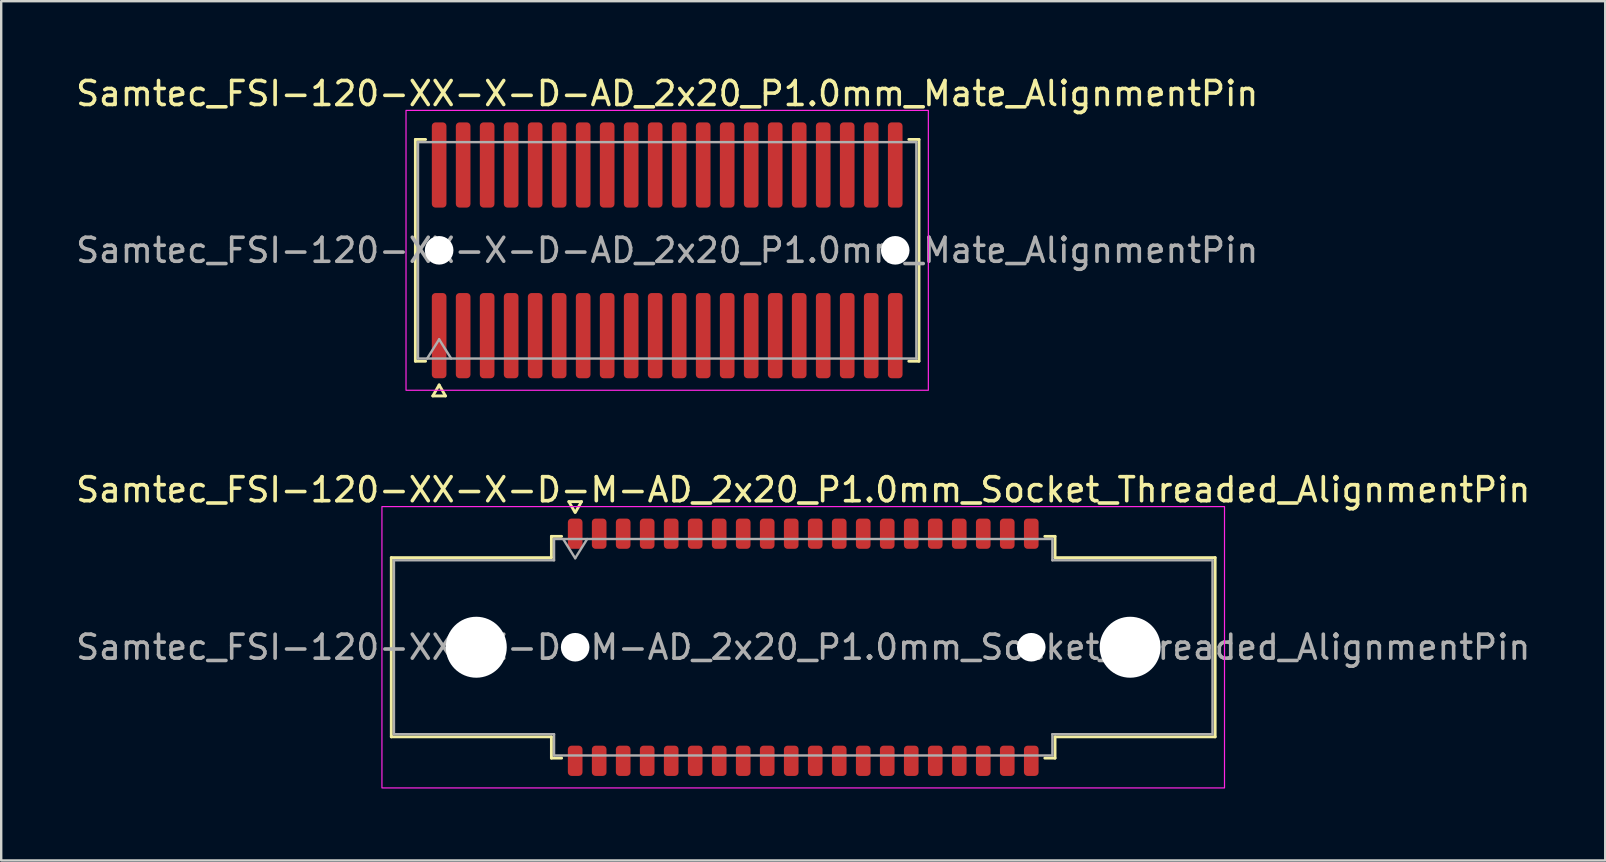
<source format=kicad_pcb>
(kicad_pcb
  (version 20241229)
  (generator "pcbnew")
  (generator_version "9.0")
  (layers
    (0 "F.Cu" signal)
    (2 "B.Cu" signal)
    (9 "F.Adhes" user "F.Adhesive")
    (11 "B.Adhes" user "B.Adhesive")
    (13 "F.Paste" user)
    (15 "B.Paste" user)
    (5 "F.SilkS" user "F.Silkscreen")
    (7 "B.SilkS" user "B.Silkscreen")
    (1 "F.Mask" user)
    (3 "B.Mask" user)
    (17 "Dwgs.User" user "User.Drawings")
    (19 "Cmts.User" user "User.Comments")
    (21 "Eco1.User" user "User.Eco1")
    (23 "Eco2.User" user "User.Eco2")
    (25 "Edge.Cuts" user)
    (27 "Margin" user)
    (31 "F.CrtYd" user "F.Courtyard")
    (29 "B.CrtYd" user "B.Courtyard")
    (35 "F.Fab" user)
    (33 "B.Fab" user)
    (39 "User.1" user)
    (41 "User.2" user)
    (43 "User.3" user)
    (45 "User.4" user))
  (footprint "Samtec_FSI-120-XX-X-D-M-AD_2x20_P1.0mm_Socket_Threaded_AlignmentPin"
    (layer "F.Cu")
    (at 30.411 23.913)
    (property "Reference" "Samtec_FSI-120-XX-X-D-M-AD_2x20_P1.0mm_Socket_Threaded_AlignmentPin" (at 0 -6.56 0) (layer "F.SilkS") (effects (font (size 1 1) (thickness 0.15))))
    (attr smd)
    (fp_line (start -17.16 -3.733) (end -10.49 -3.733) (stroke (width 0.12) (type solid)) (layer "F.SilkS"))
    (fp_line (start -17.16 3.733) (end -17.16 -3.733) (stroke (width 0.12) (type solid)) (layer "F.SilkS"))
    (fp_line (start -10.49 -4.619) (end -10.065 -4.619) (stroke (width 0.12) (type solid)) (layer "F.SilkS"))
    (fp_line (start -10.49 -3.733) (end -10.49 -4.619) (stroke (width 0.12) (type solid)) (layer "F.SilkS"))
    (fp_line (start -10.49 3.733) (end -17.16 3.733) (stroke (width 0.12) (type solid)) (layer "F.SilkS"))
    (fp_line (start -10.49 4.619) (end -10.49 3.733) (stroke (width 0.12) (type solid)) (layer "F.SilkS"))
    (fp_line (start -10.065 4.619) (end -10.49 4.619) (stroke (width 0.12) (type solid)) (layer "F.SilkS"))
    (fp_line (start -9.764 -6.066) (end -9.507 -5.62) (stroke (width 0.12) (type solid)) (layer "F.SilkS"))
    (fp_line (start -9.493 -5.62) (end -9.236 -6.066) (stroke (width 0.12) (type solid)) (layer "F.SilkS"))
    (fp_line (start -9.236 -6.066) (end -9.764 -6.066) (stroke (width 0.12) (type solid)) (layer "F.SilkS"))
    (fp_line (start 10.065 -4.619) (end 10.49 -4.619) (stroke (width 0.12) (type solid)) (layer "F.SilkS"))
    (fp_line (start 10.49 -4.619) (end 10.49 -3.733) (stroke (width 0.12) (type solid)) (layer "F.SilkS"))
    (fp_line (start 10.49 -3.733) (end 17.16 -3.733) (stroke (width 0.12) (type solid)) (layer "F.SilkS"))
    (fp_line (start 10.49 3.733) (end 10.49 4.619) (stroke (width 0.12) (type solid)) (layer "F.SilkS"))
    (fp_line (start 10.49 4.619) (end 10.065 4.619) (stroke (width 0.12) (type solid)) (layer "F.SilkS"))
    (fp_line (start 17.16 -3.733) (end 17.16 3.733) (stroke (width 0.12) (type solid)) (layer "F.SilkS"))
    (fp_line (start 17.16 3.733) (end 10.49 3.733) (stroke (width 0.12) (type solid)) (layer "F.SilkS"))
    (fp_rect (start -17.55 -5.86) (end 17.55 5.86) (stroke (width 0.05) (type solid)) (fill no) (layer "F.CrtYd"))
    (fp_line (start -17.05 -3.623) (end -10.38 -3.623) (stroke (width 0.1) (type solid)) (layer "F.Fab"))
    (fp_line (start -17.05 3.623) (end -17.05 -3.623) (stroke (width 0.1) (type solid)) (layer "F.Fab"))
    (fp_line (start -10.38 -4.508) (end 10.38 -4.508) (stroke (width 0.1) (type solid)) (layer "F.Fab"))
    (fp_line (start -10.38 -3.623) (end -10.38 -4.508) (stroke (width 0.1) (type solid)) (layer "F.Fab"))
    (fp_line (start -10.38 3.623) (end -17.05 3.623) (stroke (width 0.1) (type solid)) (layer "F.Fab"))
    (fp_line (start -10.38 4.508) (end -10.38 3.623) (stroke (width 0.1) (type solid)) (layer "F.Fab"))
    (fp_line (start -10 -4.508) (end -9.5 -3.708) (stroke (width 0.1) (type solid)) (layer "F.Fab"))
    (fp_line (start -9.5 -3.708) (end -9 -4.508) (stroke (width 0.1) (type solid)) (layer "F.Fab"))
    (fp_line (start 10.38 -4.508) (end 10.38 -3.623) (stroke (width 0.1) (type solid)) (layer "F.Fab"))
    (fp_line (start 10.38 -3.623) (end 17.05 -3.623) (stroke (width 0.1) (type solid)) (layer "F.Fab"))
    (fp_line (start 10.38 3.623) (end 10.38 4.508) (stroke (width 0.1) (type solid)) (layer "F.Fab"))
    (fp_line (start 10.38 4.508) (end -10.38 4.508) (stroke (width 0.1) (type solid)) (layer "F.Fab"))
    (fp_line (start 17.05 -3.623) (end 17.05 3.623) (stroke (width 0.1) (type solid)) (layer "F.Fab"))
    (fp_line (start 17.05 3.623) (end 10.38 3.623) (stroke (width 0.1) (type solid)) (layer "F.Fab"))
    (fp_text user "${REFERENCE}" (at 0 0 0) (layer "F.Fab") (effects (font (size 1 1) (thickness 0.15))))
    (pad "" np_thru_hole circle (at -13.62 0) (size 2.54 2.54) (drill 2.54) (layers "*.Cu" "*.Mask"))
    (pad "" np_thru_hole circle (at -9.5 0) (size 1.19 1.19) (drill 1.19) (layers "*.Cu" "*.Mask"))
    (pad "" np_thru_hole circle (at 9.5 0) (size 1.19 1.19) (drill 1.19) (layers "*.Cu" "*.Mask"))
    (pad "" np_thru_hole circle (at 13.62 0) (size 2.54 2.54) (drill 2.54) (layers "*.Cu" "*.Mask"))
    (pad "1" smd roundrect (at -9.5 -4.73) (size 0.61 1.26) (layers "F.Cu" "F.Mask" "F.Paste") (roundrect_rratio 0.25))
    (pad "2" smd roundrect (at -9.5 4.73) (size 0.61 1.26) (layers "F.Cu" "F.Mask" "F.Paste") (roundrect_rratio 0.25))
    (pad "3" smd roundrect (at -8.5 -4.73) (size 0.61 1.26) (layers "F.Cu" "F.Mask" "F.Paste") (roundrect_rratio 0.25))
    (pad "4" smd roundrect (at -8.5 4.73) (size 0.61 1.26) (layers "F.Cu" "F.Mask" "F.Paste") (roundrect_rratio 0.25))
    (pad "5" smd roundrect (at -7.5 -4.73) (size 0.61 1.26) (layers "F.Cu" "F.Mask" "F.Paste") (roundrect_rratio 0.25))
    (pad "6" smd roundrect (at -7.5 4.73) (size 0.61 1.26) (layers "F.Cu" "F.Mask" "F.Paste") (roundrect_rratio 0.25))
    (pad "7" smd roundrect (at -6.5 -4.73) (size 0.61 1.26) (layers "F.Cu" "F.Mask" "F.Paste") (roundrect_rratio 0.25))
    (pad "8" smd roundrect (at -6.5 4.73) (size 0.61 1.26) (layers "F.Cu" "F.Mask" "F.Paste") (roundrect_rratio 0.25))
    (pad "9" smd roundrect (at -5.5 -4.73) (size 0.61 1.26) (layers "F.Cu" "F.Mask" "F.Paste") (roundrect_rratio 0.25))
    (pad "10" smd roundrect (at -5.5 4.73) (size 0.61 1.26) (layers "F.Cu" "F.Mask" "F.Paste") (roundrect_rratio 0.25))
    (pad "11" smd roundrect (at -4.5 -4.73) (size 0.61 1.26) (layers "F.Cu" "F.Mask" "F.Paste") (roundrect_rratio 0.25))
    (pad "12" smd roundrect (at -4.5 4.73) (size 0.61 1.26) (layers "F.Cu" "F.Mask" "F.Paste") (roundrect_rratio 0.25))
    (pad "13" smd roundrect (at -3.5 -4.73) (size 0.61 1.26) (layers "F.Cu" "F.Mask" "F.Paste") (roundrect_rratio 0.25))
    (pad "14" smd roundrect (at -3.5 4.73) (size 0.61 1.26) (layers "F.Cu" "F.Mask" "F.Paste") (roundrect_rratio 0.25))
    (pad "15" smd roundrect (at -2.5 -4.73) (size 0.61 1.26) (layers "F.Cu" "F.Mask" "F.Paste") (roundrect_rratio 0.25))
    (pad "16" smd roundrect (at -2.5 4.73) (size 0.61 1.26) (layers "F.Cu" "F.Mask" "F.Paste") (roundrect_rratio 0.25))
    (pad "17" smd roundrect (at -1.5 -4.73) (size 0.61 1.26) (layers "F.Cu" "F.Mask" "F.Paste") (roundrect_rratio 0.25))
    (pad "18" smd roundrect (at -1.5 4.73) (size 0.61 1.26) (layers "F.Cu" "F.Mask" "F.Paste") (roundrect_rratio 0.25))
    (pad "19" smd roundrect (at -0.5 -4.73) (size 0.61 1.26) (layers "F.Cu" "F.Mask" "F.Paste") (roundrect_rratio 0.25))
    (pad "20" smd roundrect (at -0.5 4.73) (size 0.61 1.26) (layers "F.Cu" "F.Mask" "F.Paste") (roundrect_rratio 0.25))
    (pad "21" smd roundrect (at 0.5 -4.73) (size 0.61 1.26) (layers "F.Cu" "F.Mask" "F.Paste") (roundrect_rratio 0.25))
    (pad "22" smd roundrect (at 0.5 4.73) (size 0.61 1.26) (layers "F.Cu" "F.Mask" "F.Paste") (roundrect_rratio 0.25))
    (pad "23" smd roundrect (at 1.5 -4.73) (size 0.61 1.26) (layers "F.Cu" "F.Mask" "F.Paste") (roundrect_rratio 0.25))
    (pad "24" smd roundrect (at 1.5 4.73) (size 0.61 1.26) (layers "F.Cu" "F.Mask" "F.Paste") (roundrect_rratio 0.25))
    (pad "25" smd roundrect (at 2.5 -4.73) (size 0.61 1.26) (layers "F.Cu" "F.Mask" "F.Paste") (roundrect_rratio 0.25))
    (pad "26" smd roundrect (at 2.5 4.73) (size 0.61 1.26) (layers "F.Cu" "F.Mask" "F.Paste") (roundrect_rratio 0.25))
    (pad "27" smd roundrect (at 3.5 -4.73) (size 0.61 1.26) (layers "F.Cu" "F.Mask" "F.Paste") (roundrect_rratio 0.25))
    (pad "28" smd roundrect (at 3.5 4.73) (size 0.61 1.26) (layers "F.Cu" "F.Mask" "F.Paste") (roundrect_rratio 0.25))
    (pad "29" smd roundrect (at 4.5 -4.73) (size 0.61 1.26) (layers "F.Cu" "F.Mask" "F.Paste") (roundrect_rratio 0.25))
    (pad "30" smd roundrect (at 4.5 4.73) (size 0.61 1.26) (layers "F.Cu" "F.Mask" "F.Paste") (roundrect_rratio 0.25))
    (pad "31" smd roundrect (at 5.5 -4.73) (size 0.61 1.26) (layers "F.Cu" "F.Mask" "F.Paste") (roundrect_rratio 0.25))
    (pad "32" smd roundrect (at 5.5 4.73) (size 0.61 1.26) (layers "F.Cu" "F.Mask" "F.Paste") (roundrect_rratio 0.25))
    (pad "33" smd roundrect (at 6.5 -4.73) (size 0.61 1.26) (layers "F.Cu" "F.Mask" "F.Paste") (roundrect_rratio 0.25))
    (pad "34" smd roundrect (at 6.5 4.73) (size 0.61 1.26) (layers "F.Cu" "F.Mask" "F.Paste") (roundrect_rratio 0.25))
    (pad "35" smd roundrect (at 7.5 -4.73) (size 0.61 1.26) (layers "F.Cu" "F.Mask" "F.Paste") (roundrect_rratio 0.25))
    (pad "36" smd roundrect (at 7.5 4.73) (size 0.61 1.26) (layers "F.Cu" "F.Mask" "F.Paste") (roundrect_rratio 0.25))
    (pad "37" smd roundrect (at 8.5 -4.73) (size 0.61 1.26) (layers "F.Cu" "F.Mask" "F.Paste") (roundrect_rratio 0.25))
    (pad "38" smd roundrect (at 8.5 4.73) (size 0.61 1.26) (layers "F.Cu" "F.Mask" "F.Paste") (roundrect_rratio 0.25))
    (pad "39" smd roundrect (at 9.5 -4.73) (size 0.61 1.26) (layers "F.Cu" "F.Mask" "F.Paste") (roundrect_rratio 0.25))
    (pad "40" smd roundrect (at 9.5 4.73) (size 0.61 1.26) (layers "F.Cu" "F.Mask" "F.Paste") (roundrect_rratio 0.25)))
  (footprint "Samtec_FSI-120-XX-X-D-AD_2x20_P1.0mm_Mate_AlignmentPin"
    (layer "F.Cu")
    (at 24.744 7.378)
    (property "Reference" "Samtec_FSI-120-XX-X-D-AD_2x20_P1.0mm_Mate_AlignmentPin" (at 0 -6.53 0) (layer "F.SilkS") (effects (font (size 1 1) (thickness 0.15))))
    (attr exclude_from_pos_files exclude_from_bom)
    (fp_line (start -10.49 -4.619) (end -10.065 -4.619) (stroke (width 0.12) (type solid)) (layer "F.SilkS"))
    (fp_line (start -10.49 4.619) (end -10.49 -4.619) (stroke (width 0.12) (type solid)) (layer "F.SilkS"))
    (fp_line (start -10.065 4.619) (end -10.49 4.619) (stroke (width 0.12) (type solid)) (layer "F.SilkS"))
    (fp_line (start -9.764 6.066) (end -9.5 5.609) (stroke (width 0.12) (type solid)) (layer "F.SilkS"))
    (fp_line (start -9.5 5.609) (end -9.236 6.066) (stroke (width 0.12) (type solid)) (layer "F.SilkS"))
    (fp_line (start -9.236 6.066) (end -9.764 6.066) (stroke (width 0.12) (type solid)) (layer "F.SilkS"))
    (fp_line (start 10.065 -4.619) (end 10.49 -4.619) (stroke (width 0.12) (type solid)) (layer "F.SilkS"))
    (fp_line (start 10.49 -4.619) (end 10.49 4.619) (stroke (width 0.12) (type solid)) (layer "F.SilkS"))
    (fp_line (start 10.49 4.619) (end 10.065 4.619) (stroke (width 0.12) (type solid)) (layer "F.SilkS"))
    (fp_rect (start -10.88 -5.83) (end 10.88 5.83) (stroke (width 0.05) (type solid)) (fill no) (layer "F.CrtYd"))
    (fp_line (start -10.38 -4.508) (end 10.38 -4.508) (stroke (width 0.1) (type solid)) (layer "F.Fab"))
    (fp_line (start -10.38 4.508) (end -10.38 -4.508) (stroke (width 0.1) (type solid)) (layer "F.Fab"))
    (fp_line (start -10 4.508) (end -9.5 3.708) (stroke (width 0.1) (type solid)) (layer "F.Fab"))
    (fp_line (start -9.5 3.708) (end -9 4.508) (stroke (width 0.1) (type solid)) (layer "F.Fab"))
    (fp_line (start 10.38 -4.508) (end 10.38 4.508) (stroke (width 0.1) (type solid)) (layer "F.Fab"))
    (fp_line (start 10.38 4.508) (end -10.38 4.508) (stroke (width 0.1) (type solid)) (layer "F.Fab"))
    (fp_text user "${REFERENCE}" (at 0 0 0) (layer "F.Fab") (effects (font (size 1 1) (thickness 0.15))))
    (pad "" np_thru_hole circle (at -9.5 0) (size 1.19 1.19) (drill 1.19) (layers "*.Cu" "*.Mask"))
    (pad "" np_thru_hole circle (at 9.5 0) (size 1.19 1.19) (drill 1.19) (layers "*.Cu" "*.Mask"))
    (pad "1" smd roundrect (at -9.5 3.555) (size 0.61 3.55) (layers "F.Cu" "F.Mask") (roundrect_rratio 0.25))
    (pad "2" smd roundrect (at -9.5 -3.555) (size 0.61 3.55) (layers "F.Cu" "F.Mask") (roundrect_rratio 0.25))
    (pad "3" smd roundrect (at -8.5 3.555) (size 0.61 3.55) (layers "F.Cu" "F.Mask") (roundrect_rratio 0.25))
    (pad "4" smd roundrect (at -8.5 -3.555) (size 0.61 3.55) (layers "F.Cu" "F.Mask") (roundrect_rratio 0.25))
    (pad "5" smd roundrect (at -7.5 3.555) (size 0.61 3.55) (layers "F.Cu" "F.Mask") (roundrect_rratio 0.25))
    (pad "6" smd roundrect (at -7.5 -3.555) (size 0.61 3.55) (layers "F.Cu" "F.Mask") (roundrect_rratio 0.25))
    (pad "7" smd roundrect (at -6.5 3.555) (size 0.61 3.55) (layers "F.Cu" "F.Mask") (roundrect_rratio 0.25))
    (pad "8" smd roundrect (at -6.5 -3.555) (size 0.61 3.55) (layers "F.Cu" "F.Mask") (roundrect_rratio 0.25))
    (pad "9" smd roundrect (at -5.5 3.555) (size 0.61 3.55) (layers "F.Cu" "F.Mask") (roundrect_rratio 0.25))
    (pad "10" smd roundrect (at -5.5 -3.555) (size 0.61 3.55) (layers "F.Cu" "F.Mask") (roundrect_rratio 0.25))
    (pad "11" smd roundrect (at -4.5 3.555) (size 0.61 3.55) (layers "F.Cu" "F.Mask") (roundrect_rratio 0.25))
    (pad "12" smd roundrect (at -4.5 -3.555) (size 0.61 3.55) (layers "F.Cu" "F.Mask") (roundrect_rratio 0.25))
    (pad "13" smd roundrect (at -3.5 3.555) (size 0.61 3.55) (layers "F.Cu" "F.Mask") (roundrect_rratio 0.25))
    (pad "14" smd roundrect (at -3.5 -3.555) (size 0.61 3.55) (layers "F.Cu" "F.Mask") (roundrect_rratio 0.25))
    (pad "15" smd roundrect (at -2.5 3.555) (size 0.61 3.55) (layers "F.Cu" "F.Mask") (roundrect_rratio 0.25))
    (pad "16" smd roundrect (at -2.5 -3.555) (size 0.61 3.55) (layers "F.Cu" "F.Mask") (roundrect_rratio 0.25))
    (pad "17" smd roundrect (at -1.5 3.555) (size 0.61 3.55) (layers "F.Cu" "F.Mask") (roundrect_rratio 0.25))
    (pad "18" smd roundrect (at -1.5 -3.555) (size 0.61 3.55) (layers "F.Cu" "F.Mask") (roundrect_rratio 0.25))
    (pad "19" smd roundrect (at -0.5 3.555) (size 0.61 3.55) (layers "F.Cu" "F.Mask") (roundrect_rratio 0.25))
    (pad "20" smd roundrect (at -0.5 -3.555) (size 0.61 3.55) (layers "F.Cu" "F.Mask") (roundrect_rratio 0.25))
    (pad "21" smd roundrect (at 0.5 3.555) (size 0.61 3.55) (layers "F.Cu" "F.Mask") (roundrect_rratio 0.25))
    (pad "22" smd roundrect (at 0.5 -3.555) (size 0.61 3.55) (layers "F.Cu" "F.Mask") (roundrect_rratio 0.25))
    (pad "23" smd roundrect (at 1.5 3.555) (size 0.61 3.55) (layers "F.Cu" "F.Mask") (roundrect_rratio 0.25))
    (pad "24" smd roundrect (at 1.5 -3.555) (size 0.61 3.55) (layers "F.Cu" "F.Mask") (roundrect_rratio 0.25))
    (pad "25" smd roundrect (at 2.5 3.555) (size 0.61 3.55) (layers "F.Cu" "F.Mask") (roundrect_rratio 0.25))
    (pad "26" smd roundrect (at 2.5 -3.555) (size 0.61 3.55) (layers "F.Cu" "F.Mask") (roundrect_rratio 0.25))
    (pad "27" smd roundrect (at 3.5 3.555) (size 0.61 3.55) (layers "F.Cu" "F.Mask") (roundrect_rratio 0.25))
    (pad "28" smd roundrect (at 3.5 -3.555) (size 0.61 3.55) (layers "F.Cu" "F.Mask") (roundrect_rratio 0.25))
    (pad "29" smd roundrect (at 4.5 3.555) (size 0.61 3.55) (layers "F.Cu" "F.Mask") (roundrect_rratio 0.25))
    (pad "30" smd roundrect (at 4.5 -3.555) (size 0.61 3.55) (layers "F.Cu" "F.Mask") (roundrect_rratio 0.25))
    (pad "31" smd roundrect (at 5.5 3.555) (size 0.61 3.55) (layers "F.Cu" "F.Mask") (roundrect_rratio 0.25))
    (pad "32" smd roundrect (at 5.5 -3.555) (size 0.61 3.55) (layers "F.Cu" "F.Mask") (roundrect_rratio 0.25))
    (pad "33" smd roundrect (at 6.5 3.555) (size 0.61 3.55) (layers "F.Cu" "F.Mask") (roundrect_rratio 0.25))
    (pad "34" smd roundrect (at 6.5 -3.555) (size 0.61 3.55) (layers "F.Cu" "F.Mask") (roundrect_rratio 0.25))
    (pad "35" smd roundrect (at 7.5 3.555) (size 0.61 3.55) (layers "F.Cu" "F.Mask") (roundrect_rratio 0.25))
    (pad "36" smd roundrect (at 7.5 -3.555) (size 0.61 3.55) (layers "F.Cu" "F.Mask") (roundrect_rratio 0.25))
    (pad "37" smd roundrect (at 8.5 3.555) (size 0.61 3.55) (layers "F.Cu" "F.Mask") (roundrect_rratio 0.25))
    (pad "38" smd roundrect (at 8.5 -3.555) (size 0.61 3.55) (layers "F.Cu" "F.Mask") (roundrect_rratio 0.25))
    (pad "39" smd roundrect (at 9.5 3.555) (size 0.61 3.55) (layers "F.Cu" "F.Mask") (roundrect_rratio 0.25))
    (pad "40" smd roundrect (at 9.5 -3.555) (size 0.61 3.55) (layers "F.Cu" "F.Mask") (roundrect_rratio 0.25)))
  (gr_rect
    (start -3 -3)
    (end 63.821 32.797)
    (stroke (width 0.1) (type default))
    (fill no)
    (layer "Edge.Cuts")))
</source>
